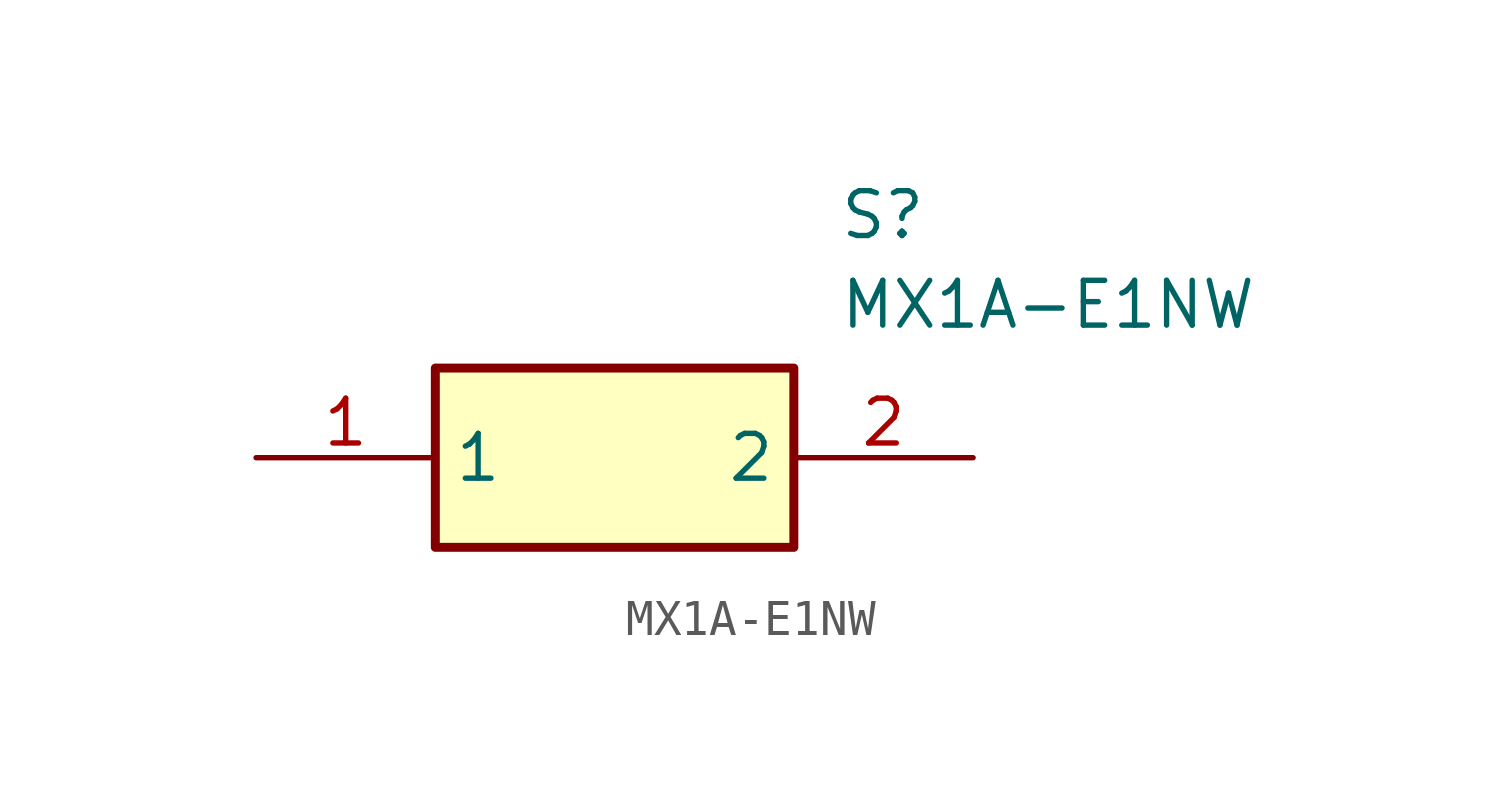
<source format=kicad_sym>
(kicad_symbol_lib
  (version 20211014)
  (generator SamacSys_ECAD_Model)
  (symbol "MX1A-E1NW"
    (property "Reference" "S"
      (at 16.51 7.62 0)
      (effects (font (size 1.27 1.27)) (justify left top)))
    (property "Value" "MX1A-E1NW"
      (at 16.51 5.08 0)
      (effects (font (size 1.27 1.27)) (justify left top)))
    (rectangle
      (start 5.08 2.54)
      (end 15.24 -2.54)
      (stroke (width 0.254) (type default))
      (fill (type background)))
    (pin passive line
      (at 0 0 0)
      (length 5.08)
      (name "1" (effects (font (size 1.27 1.27))))
      (number "1" (effects (font (size 1.27 1.27)))))
    (pin passive line
      (at 20.32 0 180)
      (length 5.08)
      (name "2" (effects (font (size 1.27 1.27))))
      (number "2" (effects (font (size 1.27 1.27)))))))
</source>
